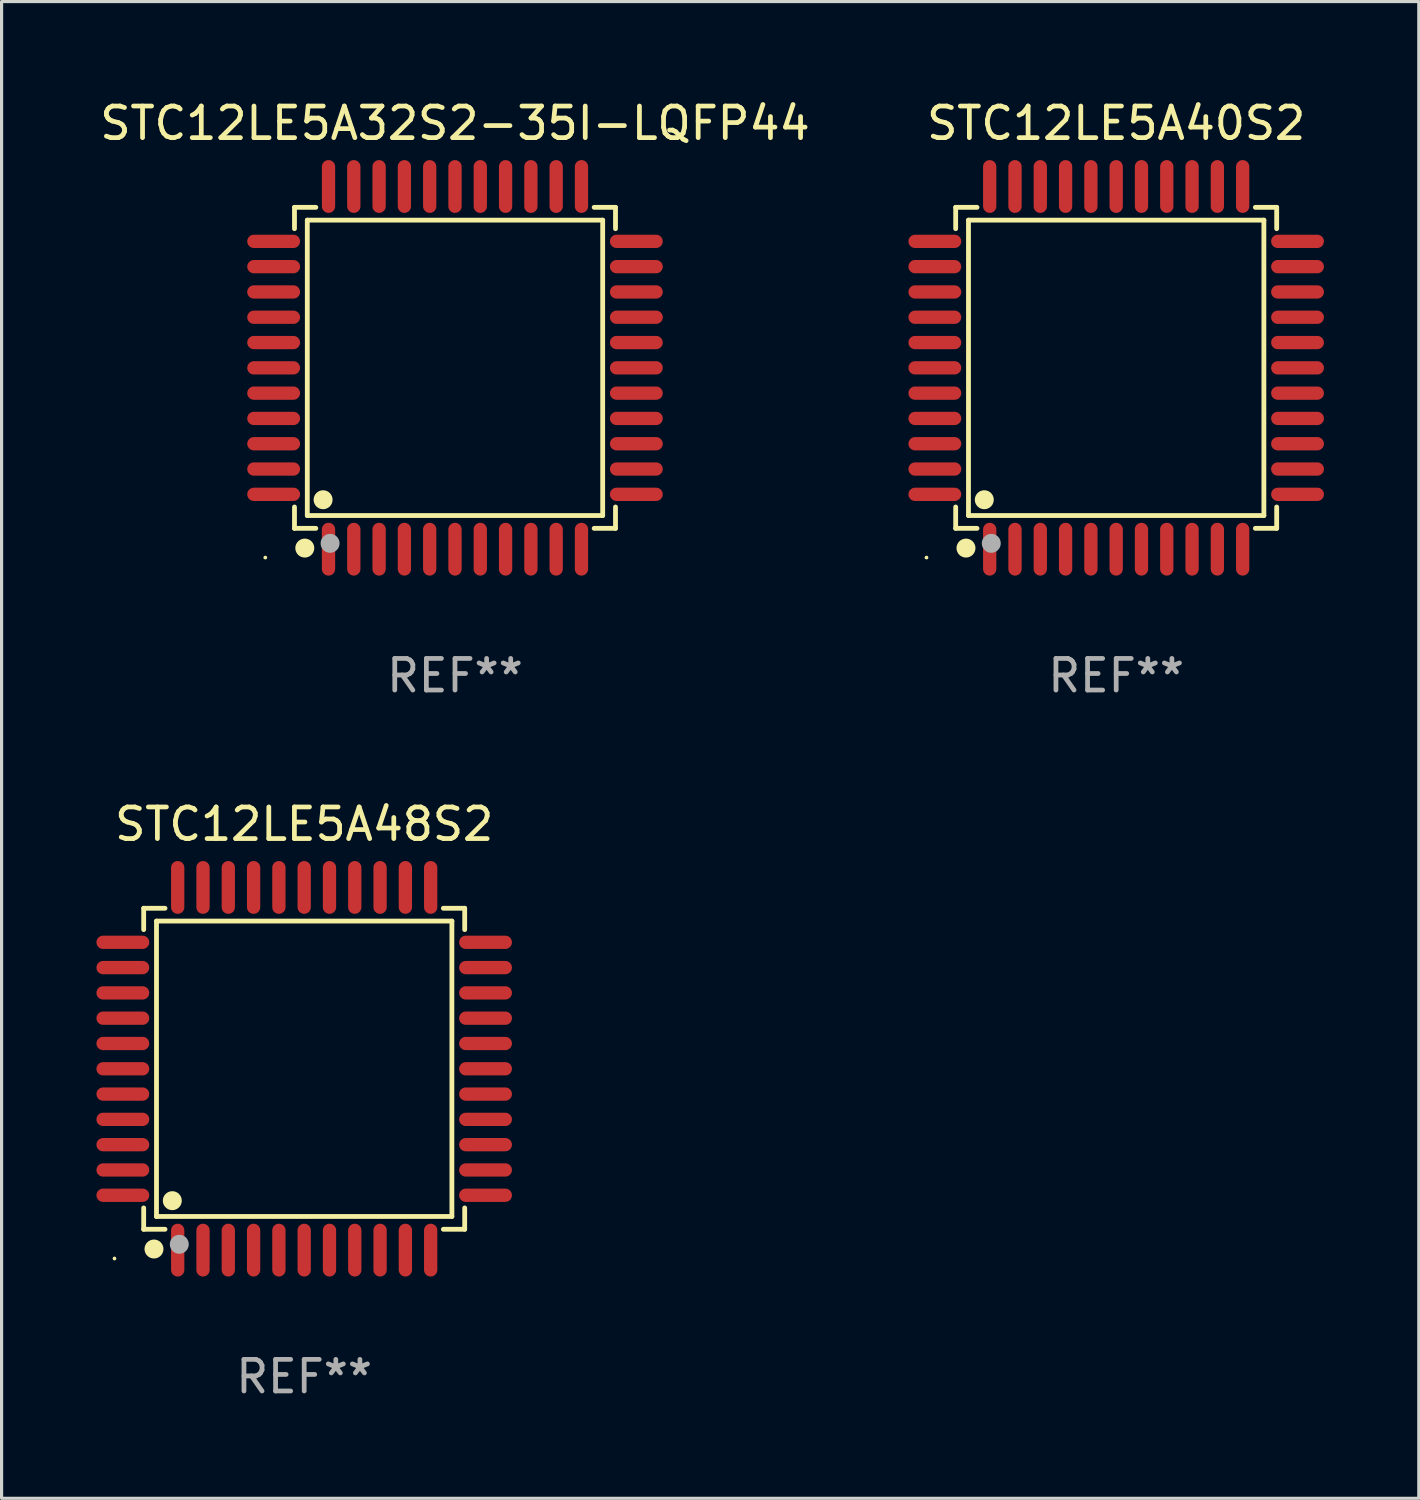
<source format=kicad_pcb>
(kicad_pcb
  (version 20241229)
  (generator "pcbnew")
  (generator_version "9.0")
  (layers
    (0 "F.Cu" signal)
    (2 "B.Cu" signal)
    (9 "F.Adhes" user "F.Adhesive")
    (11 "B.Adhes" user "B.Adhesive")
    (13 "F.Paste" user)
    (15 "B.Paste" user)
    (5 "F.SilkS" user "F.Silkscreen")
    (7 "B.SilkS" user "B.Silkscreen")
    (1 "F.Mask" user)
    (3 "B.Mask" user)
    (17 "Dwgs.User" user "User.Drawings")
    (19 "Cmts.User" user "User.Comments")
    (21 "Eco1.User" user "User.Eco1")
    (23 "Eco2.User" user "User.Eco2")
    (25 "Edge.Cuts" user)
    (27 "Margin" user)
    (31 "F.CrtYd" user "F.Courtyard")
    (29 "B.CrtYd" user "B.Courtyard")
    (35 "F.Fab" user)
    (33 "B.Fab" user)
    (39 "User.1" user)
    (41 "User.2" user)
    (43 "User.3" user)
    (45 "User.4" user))
  (footprint "STC12LE5A32S2-35I-LQFP44"
    (layer "F.Cu")
    (at 11.339 8.583)
    (property "Reference" "STC12LE5A32S2-35I-LQFP44" (at 0 -7.735 0) (layer "F.SilkS") (effects (font (size 1 1) (thickness 0.15))))
    (attr through_hole)
    (fp_line (start -5.076 -5.076) (end -4.401 -5.076) (stroke (width 0.152) (type solid)) (layer "F.SilkS"))
    (fp_line (start -5.076 -4.401) (end -5.076 -5.076) (stroke (width 0.152) (type solid)) (layer "F.SilkS"))
    (fp_line (start -5.076 4.401) (end -5.076 5.076) (stroke (width 0.152) (type solid)) (layer "F.SilkS"))
    (fp_line (start -5.076 5.076) (end -4.401 5.076) (stroke (width 0.152) (type solid)) (layer "F.SilkS"))
    (fp_line (start -4.671 -4.671) (end 4.671 -4.671) (stroke (width 0.152) (type solid)) (layer "F.SilkS"))
    (fp_line (start -4.671 4.671) (end -4.671 -4.671) (stroke (width 0.152) (type solid)) (layer "F.SilkS"))
    (fp_line (start 4.671 -4.671) (end 4.671 4.671) (stroke (width 0.152) (type solid)) (layer "F.SilkS"))
    (fp_line (start 4.671 4.671) (end -4.671 4.671) (stroke (width 0.152) (type solid)) (layer "F.SilkS"))
    (fp_line (start 5.076 -5.076) (end 4.401 -5.076) (stroke (width 0.152) (type solid)) (layer "F.SilkS"))
    (fp_line (start 5.076 -4.401) (end 5.076 -5.076) (stroke (width 0.152) (type solid)) (layer "F.SilkS"))
    (fp_line (start 5.076 4.401) (end 5.076 5.076) (stroke (width 0.152) (type solid)) (layer "F.SilkS"))
    (fp_line (start 5.076 5.076) (end 4.401 5.076) (stroke (width 0.152) (type solid)) (layer "F.SilkS"))
    (fp_circle (center -6 6) (end -5.97 6) (stroke (width 0.06) (type solid)) (fill no) (layer "F.SilkS"))
    (fp_circle (center -4.75 5.7) (end -4.6 5.7) (stroke (width 0.3) (type solid)) (fill no) (layer "F.SilkS"))
    (fp_circle (center -4.171 4.171) (end -4.021 4.171) (stroke (width 0.3) (type solid)) (fill no) (layer "F.SilkS"))
    (fp_circle (center -3.95 5.55) (end -3.8 5.55) (stroke (width 0.3) (type solid)) (fill no) (layer "F.Fab"))
    (fp_text user "REF**" (at 0 9.735 0) (layer "F.Fab") (effects (font (size 1 1) (thickness 0.15))))
    (pad "1" smd oval (at -4 5.735) (size 0.42 1.67) (layers "F.Cu" "F.Mask" "F.Paste"))
    (pad "2" smd oval (at -3.2 5.735) (size 0.42 1.67) (layers "F.Cu" "F.Mask" "F.Paste"))
    (pad "3" smd oval (at -2.4 5.735) (size 0.42 1.67) (layers "F.Cu" "F.Mask" "F.Paste"))
    (pad "4" smd oval (at -1.6 5.735) (size 0.42 1.67) (layers "F.Cu" "F.Mask" "F.Paste"))
    (pad "5" smd oval (at -0.8 5.735) (size 0.42 1.67) (layers "F.Cu" "F.Mask" "F.Paste"))
    (pad "6" smd oval (at 0 5.735) (size 0.42 1.67) (layers "F.Cu" "F.Mask" "F.Paste"))
    (pad "7" smd oval (at 0.8 5.735) (size 0.42 1.67) (layers "F.Cu" "F.Mask" "F.Paste"))
    (pad "8" smd oval (at 1.6 5.735) (size 0.42 1.67) (layers "F.Cu" "F.Mask" "F.Paste"))
    (pad "9" smd oval (at 2.4 5.735) (size 0.42 1.67) (layers "F.Cu" "F.Mask" "F.Paste"))
    (pad "10" smd oval (at 3.2 5.735) (size 0.42 1.67) (layers "F.Cu" "F.Mask" "F.Paste"))
    (pad "11" smd oval (at 4 5.735) (size 0.42 1.67) (layers "F.Cu" "F.Mask" "F.Paste"))
    (pad "12" smd oval (at 5.735 4) (size 1.67 0.42) (layers "F.Cu" "F.Mask" "F.Paste"))
    (pad "13" smd oval (at 5.735 3.2) (size 1.67 0.42) (layers "F.Cu" "F.Mask" "F.Paste"))
    (pad "14" smd oval (at 5.735 2.4) (size 1.67 0.42) (layers "F.Cu" "F.Mask" "F.Paste"))
    (pad "15" smd oval (at 5.735 1.6) (size 1.67 0.42) (layers "F.Cu" "F.Mask" "F.Paste"))
    (pad "16" smd oval (at 5.735 0.8) (size 1.67 0.42) (layers "F.Cu" "F.Mask" "F.Paste"))
    (pad "17" smd oval (at 5.735 0) (size 1.67 0.42) (layers "F.Cu" "F.Mask" "F.Paste"))
    (pad "18" smd oval (at 5.735 -0.8) (size 1.67 0.42) (layers "F.Cu" "F.Mask" "F.Paste"))
    (pad "19" smd oval (at 5.735 -1.6) (size 1.67 0.42) (layers "F.Cu" "F.Mask" "F.Paste"))
    (pad "20" smd oval (at 5.735 -2.4) (size 1.67 0.42) (layers "F.Cu" "F.Mask" "F.Paste"))
    (pad "21" smd oval (at 5.735 -3.2) (size 1.67 0.42) (layers "F.Cu" "F.Mask" "F.Paste"))
    (pad "22" smd oval (at 5.735 -4) (size 1.67 0.42) (layers "F.Cu" "F.Mask" "F.Paste"))
    (pad "23" smd oval (at 4 -5.735) (size 0.42 1.67) (layers "F.Cu" "F.Mask" "F.Paste"))
    (pad "24" smd oval (at 3.2 -5.735) (size 0.42 1.67) (layers "F.Cu" "F.Mask" "F.Paste"))
    (pad "25" smd oval (at 2.4 -5.735) (size 0.42 1.67) (layers "F.Cu" "F.Mask" "F.Paste"))
    (pad "26" smd oval (at 1.6 -5.735) (size 0.42 1.67) (layers "F.Cu" "F.Mask" "F.Paste"))
    (pad "27" smd oval (at 0.8 -5.735) (size 0.42 1.67) (layers "F.Cu" "F.Mask" "F.Paste"))
    (pad "28" smd oval (at 0 -5.735) (size 0.42 1.67) (layers "F.Cu" "F.Mask" "F.Paste"))
    (pad "29" smd oval (at -0.8 -5.735) (size 0.42 1.67) (layers "F.Cu" "F.Mask" "F.Paste"))
    (pad "30" smd oval (at -1.6 -5.735) (size 0.42 1.67) (layers "F.Cu" "F.Mask" "F.Paste"))
    (pad "31" smd oval (at -2.4 -5.735) (size 0.42 1.67) (layers "F.Cu" "F.Mask" "F.Paste"))
    (pad "32" smd oval (at -3.2 -5.735) (size 0.42 1.67) (layers "F.Cu" "F.Mask" "F.Paste"))
    (pad "33" smd oval (at -4 -5.735) (size 0.42 1.67) (layers "F.Cu" "F.Mask" "F.Paste"))
    (pad "34" smd oval (at -5.735 -4) (size 1.67 0.42) (layers "F.Cu" "F.Mask" "F.Paste"))
    (pad "35" smd oval (at -5.735 -3.2) (size 1.67 0.42) (layers "F.Cu" "F.Mask" "F.Paste"))
    (pad "36" smd oval (at -5.735 -2.4) (size 1.67 0.42) (layers "F.Cu" "F.Mask" "F.Paste"))
    (pad "37" smd oval (at -5.735 -1.6) (size 1.67 0.42) (layers "F.Cu" "F.Mask" "F.Paste"))
    (pad "38" smd oval (at -5.735 -0.8) (size 1.67 0.42) (layers "F.Cu" "F.Mask" "F.Paste"))
    (pad "39" smd oval (at -5.735 0) (size 1.67 0.42) (layers "F.Cu" "F.Mask" "F.Paste"))
    (pad "40" smd oval (at -5.735 0.8) (size 1.67 0.42) (layers "F.Cu" "F.Mask" "F.Paste"))
    (pad "41" smd oval (at -5.735 1.6) (size 1.67 0.42) (layers "F.Cu" "F.Mask" "F.Paste"))
    (pad "42" smd oval (at -5.735 2.4) (size 1.67 0.42) (layers "F.Cu" "F.Mask" "F.Paste"))
    (pad "43" smd oval (at -5.735 3.2) (size 1.67 0.42) (layers "F.Cu" "F.Mask" "F.Paste"))
    (pad "44" smd oval (at -5.735 4) (size 1.67 0.42) (layers "F.Cu" "F.Mask" "F.Paste")))
  (footprint "STC12LE5A48S2"
    (layer "F.Cu")
    (at 6.57 30.75)
    (property "Reference" "STC12LE5A48S2" (at 0 -7.735 0) (layer "F.SilkS") (effects (font (size 1 1) (thickness 0.15))))
    (attr through_hole)
    (fp_line (start -5.076 -5.076) (end -4.401 -5.076) (stroke (width 0.152) (type solid)) (layer "F.SilkS"))
    (fp_line (start -5.076 -4.401) (end -5.076 -5.076) (stroke (width 0.152) (type solid)) (layer "F.SilkS"))
    (fp_line (start -5.076 4.401) (end -5.076 5.076) (stroke (width 0.152) (type solid)) (layer "F.SilkS"))
    (fp_line (start -5.076 5.076) (end -4.401 5.076) (stroke (width 0.152) (type solid)) (layer "F.SilkS"))
    (fp_line (start -4.671 -4.671) (end 4.671 -4.671) (stroke (width 0.152) (type solid)) (layer "F.SilkS"))
    (fp_line (start -4.671 4.671) (end -4.671 -4.671) (stroke (width 0.152) (type solid)) (layer "F.SilkS"))
    (fp_line (start 4.671 -4.671) (end 4.671 4.671) (stroke (width 0.152) (type solid)) (layer "F.SilkS"))
    (fp_line (start 4.671 4.671) (end -4.671 4.671) (stroke (width 0.152) (type solid)) (layer "F.SilkS"))
    (fp_line (start 5.076 -5.076) (end 4.401 -5.076) (stroke (width 0.152) (type solid)) (layer "F.SilkS"))
    (fp_line (start 5.076 -4.401) (end 5.076 -5.076) (stroke (width 0.152) (type solid)) (layer "F.SilkS"))
    (fp_line (start 5.076 4.401) (end 5.076 5.076) (stroke (width 0.152) (type solid)) (layer "F.SilkS"))
    (fp_line (start 5.076 5.076) (end 4.401 5.076) (stroke (width 0.152) (type solid)) (layer "F.SilkS"))
    (fp_circle (center -6 6) (end -5.97 6) (stroke (width 0.06) (type solid)) (fill no) (layer "F.SilkS"))
    (fp_circle (center -4.75 5.7) (end -4.6 5.7) (stroke (width 0.3) (type solid)) (fill no) (layer "F.SilkS"))
    (fp_circle (center -4.171 4.171) (end -4.021 4.171) (stroke (width 0.3) (type solid)) (fill no) (layer "F.SilkS"))
    (fp_circle (center -3.95 5.55) (end -3.8 5.55) (stroke (width 0.3) (type solid)) (fill no) (layer "F.Fab"))
    (fp_text user "REF**" (at 0 9.735 0) (layer "F.Fab") (effects (font (size 1 1) (thickness 0.15))))
    (pad "1" smd oval (at -4 5.735) (size 0.42 1.67) (layers "F.Cu" "F.Mask" "F.Paste"))
    (pad "2" smd oval (at -3.2 5.735) (size 0.42 1.67) (layers "F.Cu" "F.Mask" "F.Paste"))
    (pad "3" smd oval (at -2.4 5.735) (size 0.42 1.67) (layers "F.Cu" "F.Mask" "F.Paste"))
    (pad "4" smd oval (at -1.6 5.735) (size 0.42 1.67) (layers "F.Cu" "F.Mask" "F.Paste"))
    (pad "5" smd oval (at -0.8 5.735) (size 0.42 1.67) (layers "F.Cu" "F.Mask" "F.Paste"))
    (pad "6" smd oval (at 0 5.735) (size 0.42 1.67) (layers "F.Cu" "F.Mask" "F.Paste"))
    (pad "7" smd oval (at 0.8 5.735) (size 0.42 1.67) (layers "F.Cu" "F.Mask" "F.Paste"))
    (pad "8" smd oval (at 1.6 5.735) (size 0.42 1.67) (layers "F.Cu" "F.Mask" "F.Paste"))
    (pad "9" smd oval (at 2.4 5.735) (size 0.42 1.67) (layers "F.Cu" "F.Mask" "F.Paste"))
    (pad "10" smd oval (at 3.2 5.735) (size 0.42 1.67) (layers "F.Cu" "F.Mask" "F.Paste"))
    (pad "11" smd oval (at 4 5.735) (size 0.42 1.67) (layers "F.Cu" "F.Mask" "F.Paste"))
    (pad "12" smd oval (at 5.735 4) (size 1.67 0.42) (layers "F.Cu" "F.Mask" "F.Paste"))
    (pad "13" smd oval (at 5.735 3.2) (size 1.67 0.42) (layers "F.Cu" "F.Mask" "F.Paste"))
    (pad "14" smd oval (at 5.735 2.4) (size 1.67 0.42) (layers "F.Cu" "F.Mask" "F.Paste"))
    (pad "15" smd oval (at 5.735 1.6) (size 1.67 0.42) (layers "F.Cu" "F.Mask" "F.Paste"))
    (pad "16" smd oval (at 5.735 0.8) (size 1.67 0.42) (layers "F.Cu" "F.Mask" "F.Paste"))
    (pad "17" smd oval (at 5.735 0) (size 1.67 0.42) (layers "F.Cu" "F.Mask" "F.Paste"))
    (pad "18" smd oval (at 5.735 -0.8) (size 1.67 0.42) (layers "F.Cu" "F.Mask" "F.Paste"))
    (pad "19" smd oval (at 5.735 -1.6) (size 1.67 0.42) (layers "F.Cu" "F.Mask" "F.Paste"))
    (pad "20" smd oval (at 5.735 -2.4) (size 1.67 0.42) (layers "F.Cu" "F.Mask" "F.Paste"))
    (pad "21" smd oval (at 5.735 -3.2) (size 1.67 0.42) (layers "F.Cu" "F.Mask" "F.Paste"))
    (pad "22" smd oval (at 5.735 -4) (size 1.67 0.42) (layers "F.Cu" "F.Mask" "F.Paste"))
    (pad "23" smd oval (at 4 -5.735) (size 0.42 1.67) (layers "F.Cu" "F.Mask" "F.Paste"))
    (pad "24" smd oval (at 3.2 -5.735) (size 0.42 1.67) (layers "F.Cu" "F.Mask" "F.Paste"))
    (pad "25" smd oval (at 2.4 -5.735) (size 0.42 1.67) (layers "F.Cu" "F.Mask" "F.Paste"))
    (pad "26" smd oval (at 1.6 -5.735) (size 0.42 1.67) (layers "F.Cu" "F.Mask" "F.Paste"))
    (pad "27" smd oval (at 0.8 -5.735) (size 0.42 1.67) (layers "F.Cu" "F.Mask" "F.Paste"))
    (pad "28" smd oval (at 0 -5.735) (size 0.42 1.67) (layers "F.Cu" "F.Mask" "F.Paste"))
    (pad "29" smd oval (at -0.8 -5.735) (size 0.42 1.67) (layers "F.Cu" "F.Mask" "F.Paste"))
    (pad "30" smd oval (at -1.6 -5.735) (size 0.42 1.67) (layers "F.Cu" "F.Mask" "F.Paste"))
    (pad "31" smd oval (at -2.4 -5.735) (size 0.42 1.67) (layers "F.Cu" "F.Mask" "F.Paste"))
    (pad "32" smd oval (at -3.2 -5.735) (size 0.42 1.67) (layers "F.Cu" "F.Mask" "F.Paste"))
    (pad "33" smd oval (at -4 -5.735) (size 0.42 1.67) (layers "F.Cu" "F.Mask" "F.Paste"))
    (pad "34" smd oval (at -5.735 -4) (size 1.67 0.42) (layers "F.Cu" "F.Mask" "F.Paste"))
    (pad "35" smd oval (at -5.735 -3.2) (size 1.67 0.42) (layers "F.Cu" "F.Mask" "F.Paste"))
    (pad "36" smd oval (at -5.735 -2.4) (size 1.67 0.42) (layers "F.Cu" "F.Mask" "F.Paste"))
    (pad "37" smd oval (at -5.735 -1.6) (size 1.67 0.42) (layers "F.Cu" "F.Mask" "F.Paste"))
    (pad "38" smd oval (at -5.735 -0.8) (size 1.67 0.42) (layers "F.Cu" "F.Mask" "F.Paste"))
    (pad "39" smd oval (at -5.735 0) (size 1.67 0.42) (layers "F.Cu" "F.Mask" "F.Paste"))
    (pad "40" smd oval (at -5.735 0.8) (size 1.67 0.42) (layers "F.Cu" "F.Mask" "F.Paste"))
    (pad "41" smd oval (at -5.735 1.6) (size 1.67 0.42) (layers "F.Cu" "F.Mask" "F.Paste"))
    (pad "42" smd oval (at -5.735 2.4) (size 1.67 0.42) (layers "F.Cu" "F.Mask" "F.Paste"))
    (pad "43" smd oval (at -5.735 3.2) (size 1.67 0.42) (layers "F.Cu" "F.Mask" "F.Paste"))
    (pad "44" smd oval (at -5.735 4) (size 1.67 0.42) (layers "F.Cu" "F.Mask" "F.Paste")))
  (footprint "STC12LE5A40S2"
    (layer "F.Cu")
    (at 32.249 8.583)
    (property "Reference" "STC12LE5A40S2" (at 0 -7.735 0) (layer "F.SilkS") (effects (font (size 1 1) (thickness 0.15))))
    (attr through_hole)
    (fp_line (start -5.076 -5.076) (end -4.401 -5.076) (stroke (width 0.152) (type solid)) (layer "F.SilkS"))
    (fp_line (start -5.076 -4.401) (end -5.076 -5.076) (stroke (width 0.152) (type solid)) (layer "F.SilkS"))
    (fp_line (start -5.076 4.401) (end -5.076 5.076) (stroke (width 0.152) (type solid)) (layer "F.SilkS"))
    (fp_line (start -5.076 5.076) (end -4.401 5.076) (stroke (width 0.152) (type solid)) (layer "F.SilkS"))
    (fp_line (start -4.671 -4.671) (end 4.671 -4.671) (stroke (width 0.152) (type solid)) (layer "F.SilkS"))
    (fp_line (start -4.671 4.671) (end -4.671 -4.671) (stroke (width 0.152) (type solid)) (layer "F.SilkS"))
    (fp_line (start 4.671 -4.671) (end 4.671 4.671) (stroke (width 0.152) (type solid)) (layer "F.SilkS"))
    (fp_line (start 4.671 4.671) (end -4.671 4.671) (stroke (width 0.152) (type solid)) (layer "F.SilkS"))
    (fp_line (start 5.076 -5.076) (end 4.401 -5.076) (stroke (width 0.152) (type solid)) (layer "F.SilkS"))
    (fp_line (start 5.076 -4.401) (end 5.076 -5.076) (stroke (width 0.152) (type solid)) (layer "F.SilkS"))
    (fp_line (start 5.076 4.401) (end 5.076 5.076) (stroke (width 0.152) (type solid)) (layer "F.SilkS"))
    (fp_line (start 5.076 5.076) (end 4.401 5.076) (stroke (width 0.152) (type solid)) (layer "F.SilkS"))
    (fp_circle (center -6 6) (end -5.97 6) (stroke (width 0.06) (type solid)) (fill no) (layer "F.SilkS"))
    (fp_circle (center -4.75 5.7) (end -4.6 5.7) (stroke (width 0.3) (type solid)) (fill no) (layer "F.SilkS"))
    (fp_circle (center -4.171 4.171) (end -4.021 4.171) (stroke (width 0.3) (type solid)) (fill no) (layer "F.SilkS"))
    (fp_circle (center -3.95 5.55) (end -3.8 5.55) (stroke (width 0.3) (type solid)) (fill no) (layer "F.Fab"))
    (fp_text user "REF**" (at 0 9.735 0) (layer "F.Fab") (effects (font (size 1 1) (thickness 0.15))))
    (pad "1" smd oval (at -4 5.735) (size 0.42 1.67) (layers "F.Cu" "F.Mask" "F.Paste"))
    (pad "2" smd oval (at -3.2 5.735) (size 0.42 1.67) (layers "F.Cu" "F.Mask" "F.Paste"))
    (pad "3" smd oval (at -2.4 5.735) (size 0.42 1.67) (layers "F.Cu" "F.Mask" "F.Paste"))
    (pad "4" smd oval (at -1.6 5.735) (size 0.42 1.67) (layers "F.Cu" "F.Mask" "F.Paste"))
    (pad "5" smd oval (at -0.8 5.735) (size 0.42 1.67) (layers "F.Cu" "F.Mask" "F.Paste"))
    (pad "6" smd oval (at 0 5.735) (size 0.42 1.67) (layers "F.Cu" "F.Mask" "F.Paste"))
    (pad "7" smd oval (at 0.8 5.735) (size 0.42 1.67) (layers "F.Cu" "F.Mask" "F.Paste"))
    (pad "8" smd oval (at 1.6 5.735) (size 0.42 1.67) (layers "F.Cu" "F.Mask" "F.Paste"))
    (pad "9" smd oval (at 2.4 5.735) (size 0.42 1.67) (layers "F.Cu" "F.Mask" "F.Paste"))
    (pad "10" smd oval (at 3.2 5.735) (size 0.42 1.67) (layers "F.Cu" "F.Mask" "F.Paste"))
    (pad "11" smd oval (at 4 5.735) (size 0.42 1.67) (layers "F.Cu" "F.Mask" "F.Paste"))
    (pad "12" smd oval (at 5.735 4) (size 1.67 0.42) (layers "F.Cu" "F.Mask" "F.Paste"))
    (pad "13" smd oval (at 5.735 3.2) (size 1.67 0.42) (layers "F.Cu" "F.Mask" "F.Paste"))
    (pad "14" smd oval (at 5.735 2.4) (size 1.67 0.42) (layers "F.Cu" "F.Mask" "F.Paste"))
    (pad "15" smd oval (at 5.735 1.6) (size 1.67 0.42) (layers "F.Cu" "F.Mask" "F.Paste"))
    (pad "16" smd oval (at 5.735 0.8) (size 1.67 0.42) (layers "F.Cu" "F.Mask" "F.Paste"))
    (pad "17" smd oval (at 5.735 0) (size 1.67 0.42) (layers "F.Cu" "F.Mask" "F.Paste"))
    (pad "18" smd oval (at 5.735 -0.8) (size 1.67 0.42) (layers "F.Cu" "F.Mask" "F.Paste"))
    (pad "19" smd oval (at 5.735 -1.6) (size 1.67 0.42) (layers "F.Cu" "F.Mask" "F.Paste"))
    (pad "20" smd oval (at 5.735 -2.4) (size 1.67 0.42) (layers "F.Cu" "F.Mask" "F.Paste"))
    (pad "21" smd oval (at 5.735 -3.2) (size 1.67 0.42) (layers "F.Cu" "F.Mask" "F.Paste"))
    (pad "22" smd oval (at 5.735 -4) (size 1.67 0.42) (layers "F.Cu" "F.Mask" "F.Paste"))
    (pad "23" smd oval (at 4 -5.735) (size 0.42 1.67) (layers "F.Cu" "F.Mask" "F.Paste"))
    (pad "24" smd oval (at 3.2 -5.735) (size 0.42 1.67) (layers "F.Cu" "F.Mask" "F.Paste"))
    (pad "25" smd oval (at 2.4 -5.735) (size 0.42 1.67) (layers "F.Cu" "F.Mask" "F.Paste"))
    (pad "26" smd oval (at 1.6 -5.735) (size 0.42 1.67) (layers "F.Cu" "F.Mask" "F.Paste"))
    (pad "27" smd oval (at 0.8 -5.735) (size 0.42 1.67) (layers "F.Cu" "F.Mask" "F.Paste"))
    (pad "28" smd oval (at 0 -5.735) (size 0.42 1.67) (layers "F.Cu" "F.Mask" "F.Paste"))
    (pad "29" smd oval (at -0.8 -5.735) (size 0.42 1.67) (layers "F.Cu" "F.Mask" "F.Paste"))
    (pad "30" smd oval (at -1.6 -5.735) (size 0.42 1.67) (layers "F.Cu" "F.Mask" "F.Paste"))
    (pad "31" smd oval (at -2.4 -5.735) (size 0.42 1.67) (layers "F.Cu" "F.Mask" "F.Paste"))
    (pad "32" smd oval (at -3.2 -5.735) (size 0.42 1.67) (layers "F.Cu" "F.Mask" "F.Paste"))
    (pad "33" smd oval (at -4 -5.735) (size 0.42 1.67) (layers "F.Cu" "F.Mask" "F.Paste"))
    (pad "34" smd oval (at -5.735 -4) (size 1.67 0.42) (layers "F.Cu" "F.Mask" "F.Paste"))
    (pad "35" smd oval (at -5.735 -3.2) (size 1.67 0.42) (layers "F.Cu" "F.Mask" "F.Paste"))
    (pad "36" smd oval (at -5.735 -2.4) (size 1.67 0.42) (layers "F.Cu" "F.Mask" "F.Paste"))
    (pad "37" smd oval (at -5.735 -1.6) (size 1.67 0.42) (layers "F.Cu" "F.Mask" "F.Paste"))
    (pad "38" smd oval (at -5.735 -0.8) (size 1.67 0.42) (layers "F.Cu" "F.Mask" "F.Paste"))
    (pad "39" smd oval (at -5.735 0) (size 1.67 0.42) (layers "F.Cu" "F.Mask" "F.Paste"))
    (pad "40" smd oval (at -5.735 0.8) (size 1.67 0.42) (layers "F.Cu" "F.Mask" "F.Paste"))
    (pad "41" smd oval (at -5.735 1.6) (size 1.67 0.42) (layers "F.Cu" "F.Mask" "F.Paste"))
    (pad "42" smd oval (at -5.735 2.4) (size 1.67 0.42) (layers "F.Cu" "F.Mask" "F.Paste"))
    (pad "43" smd oval (at -5.735 3.2) (size 1.67 0.42) (layers "F.Cu" "F.Mask" "F.Paste"))
    (pad "44" smd oval (at -5.735 4) (size 1.67 0.42) (layers "F.Cu" "F.Mask" "F.Paste")))
  (gr_rect
    (start -3 -3)
    (end 41.819 44.333)
    (stroke (width 0.1) (type default))
    (fill no)
    (layer "Edge.Cuts")))
</source>
